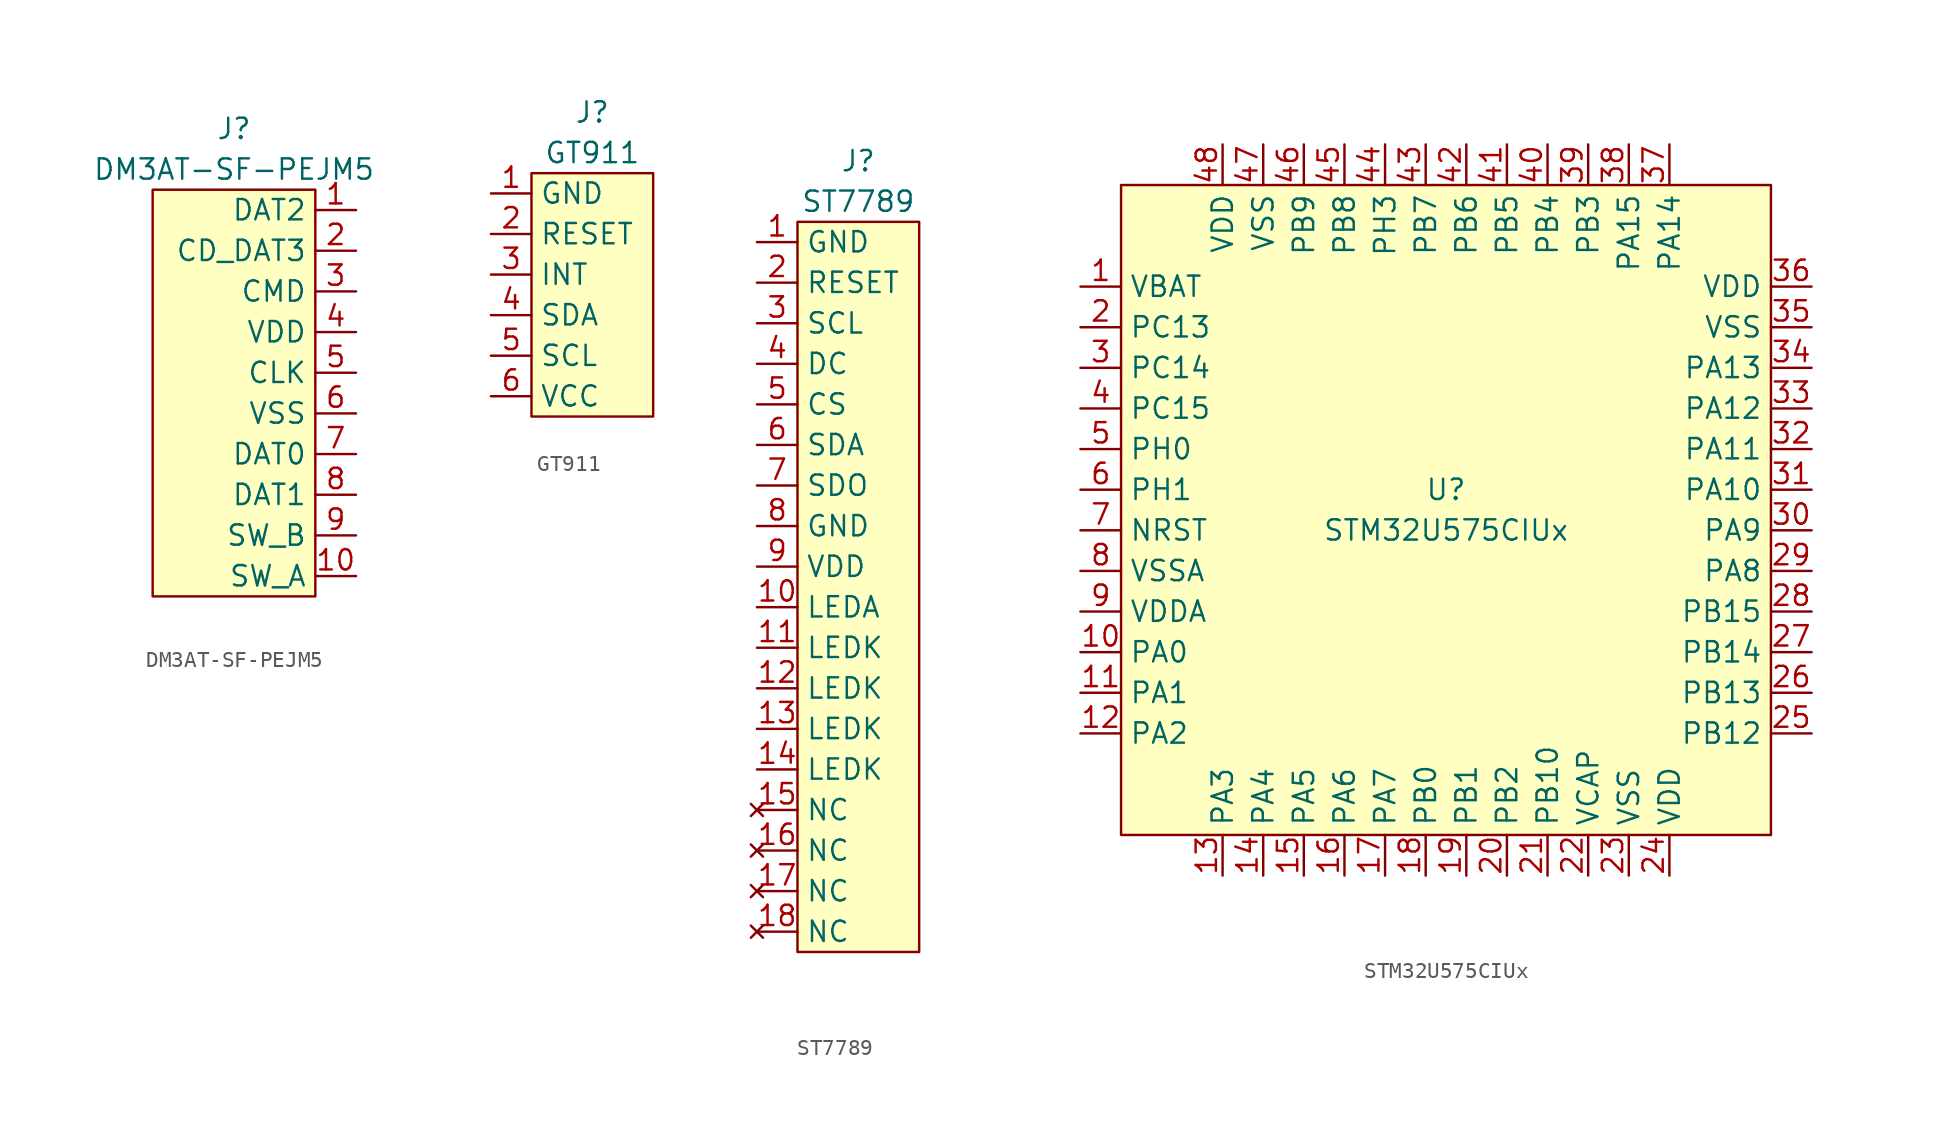
<source format=kicad_sym>
(kicad_symbol_lib
  (version 20220914)
  (generator kicad_symbol_editor)
  (symbol "DM3AT-SF-PEJM5"
    (property "Reference" "J"
      (at 0 16.51 0)
      (effects (font (size 1.27 1.27))))
    (property "Value" "DM3AT-SF-PEJM5"
      (at 0 13.97 0)
      (effects (font (size 1.27 1.27))))
    (symbol "DM3AT-SF-PEJM5_0_0"
      (pin passive line (at 7.62 11.43 180) (length 2.54) (name "DAT2" (effects (font (size 1.27 1.27)))) (number "1" (effects (font (size 1.27 1.27)))))
      (pin passive line (at 7.62 -11.43 180) (length 2.54) (name "SW_A" (effects (font (size 1.27 1.27)))) (number "10" (effects (font (size 1.27 1.27)))))
      (pin passive line (at 7.62 8.89 180) (length 2.54) (name "CD_DAT3" (effects (font (size 1.27 1.27)))) (number "2" (effects (font (size 1.27 1.27)))))
      (pin passive line (at 7.62 6.35 180) (length 2.54) (name "CMD" (effects (font (size 1.27 1.27)))) (number "3" (effects (font (size 1.27 1.27)))))
      (pin power_in line (at 7.62 3.81 180) (length 2.54) (name "VDD" (effects (font (size 1.27 1.27)))) (number "4" (effects (font (size 1.27 1.27)))))
      (pin passive line (at 7.62 1.27 180) (length 2.54) (name "CLK" (effects (font (size 1.27 1.27)))) (number "5" (effects (font (size 1.27 1.27)))))
      (pin power_in line (at 7.62 -1.27 180) (length 2.54) (name "VSS" (effects (font (size 1.27 1.27)))) (number "6" (effects (font (size 1.27 1.27)))))
      (pin passive line (at 7.62 -3.81 180) (length 2.54) (name "DAT0" (effects (font (size 1.27 1.27)))) (number "7" (effects (font (size 1.27 1.27)))))
      (pin passive line (at 7.62 -6.35 180) (length 2.54) (name "DAT1" (effects (font (size 1.27 1.27)))) (number "8" (effects (font (size 1.27 1.27)))))
      (pin passive line (at 7.62 -8.89 180) (length 2.54) (name "SW_B" (effects (font (size 1.27 1.27)))) (number "9" (effects (font (size 1.27 1.27))))))
    (symbol "DM3AT-SF-PEJM5_0_1"
      (rectangle (start 5.08 12.7) (end -5.08 -12.7) (stroke (width 0) (type default)) (fill (type background)))))
  (symbol "GT911"
    (property "Reference" "J"
      (at 0 11.43 0)
      (effects (font (size 1.27 1.27))))
    (property "Value" "GT911"
      (at 0 8.89 0)
      (effects (font (size 1.27 1.27))))
    (symbol "GT911_0_0"
      (pin power_in line (at -6.35 6.35 0) (length 2.54) (name "GND" (effects (font (size 1.27 1.27)))) (number "1" (effects (font (size 1.27 1.27)))))
      (pin passive line (at -6.35 3.81 0) (length 2.54) (name "RESET" (effects (font (size 1.27 1.27)))) (number "2" (effects (font (size 1.27 1.27)))))
      (pin passive line (at -6.35 1.27 0) (length 2.54) (name "INT" (effects (font (size 1.27 1.27)))) (number "3" (effects (font (size 1.27 1.27)))))
      (pin passive line (at -6.35 -1.27 0) (length 2.54) (name "SDA" (effects (font (size 1.27 1.27)))) (number "4" (effects (font (size 1.27 1.27)))))
      (pin passive line (at -6.35 -3.81 0) (length 2.54) (name "SCL" (effects (font (size 1.27 1.27)))) (number "5" (effects (font (size 1.27 1.27)))))
      (pin power_in line (at -6.35 -6.35 0) (length 2.54) (name "VCC" (effects (font (size 1.27 1.27)))) (number "6" (effects (font (size 1.27 1.27))))))
    (symbol "GT911_0_1"
      (rectangle (start -3.81 7.62) (end 3.81 -7.62) (stroke (width 0) (type default)) (fill (type background)))))
  (symbol "ST7789"
    (property "Reference" "J"
      (at 0 26.67 0)
      (effects (font (size 1.27 1.27))))
    (property "Value" "ST7789"
      (at 0 24.13 0)
      (effects (font (size 1.27 1.27))))
    (symbol "ST7789_0_0"
      (pin power_in line (at -6.35 21.59 0) (length 2.54) (name "GND" (effects (font (size 1.27 1.27)))) (number "1" (effects (font (size 1.27 1.27)))))
      (pin passive line (at -6.35 -1.27 0) (length 2.54) (name "LEDA" (effects (font (size 1.27 1.27)))) (number "10" (effects (font (size 1.27 1.27)))))
      (pin passive line (at -6.35 -3.81 0) (length 2.54) (name "LEDK" (effects (font (size 1.27 1.27)))) (number "11" (effects (font (size 1.27 1.27)))))
      (pin passive line (at -6.35 -6.35 0) (length 2.54) (name "LEDK" (effects (font (size 1.27 1.27)))) (number "12" (effects (font (size 1.27 1.27)))))
      (pin passive line (at -6.35 -8.89 0) (length 2.54) (name "LEDK" (effects (font (size 1.27 1.27)))) (number "13" (effects (font (size 1.27 1.27)))))
      (pin passive line (at -6.35 -11.43 0) (length 2.54) (name "LEDK" (effects (font (size 1.27 1.27)))) (number "14" (effects (font (size 1.27 1.27)))))
      (pin no_connect line (at -6.35 -13.97 0) (length 2.54) (name "NC" (effects (font (size 1.27 1.27)))) (number "15" (effects (font (size 1.27 1.27)))))
      (pin no_connect line (at -6.35 -16.51 0) (length 2.54) (name "NC" (effects (font (size 1.27 1.27)))) (number "16" (effects (font (size 1.27 1.27)))))
      (pin no_connect line (at -6.35 -19.05 0) (length 2.54) (name "NC" (effects (font (size 1.27 1.27)))) (number "17" (effects (font (size 1.27 1.27)))))
      (pin no_connect line (at -6.35 -21.59 0) (length 2.54) (name "NC" (effects (font (size 1.27 1.27)))) (number "18" (effects (font (size 1.27 1.27)))))
      (pin passive line (at -6.35 19.05 0) (length 2.54) (name "RESET" (effects (font (size 1.27 1.27)))) (number "2" (effects (font (size 1.27 1.27)))))
      (pin passive line (at -6.35 16.51 0) (length 2.54) (name "SCL" (effects (font (size 1.27 1.27)))) (number "3" (effects (font (size 1.27 1.27)))))
      (pin passive line (at -6.35 13.97 0) (length 2.54) (name "DC" (effects (font (size 1.27 1.27)))) (number "4" (effects (font (size 1.27 1.27)))))
      (pin passive line (at -6.35 11.43 0) (length 2.54) (name "CS" (effects (font (size 1.27 1.27)))) (number "5" (effects (font (size 1.27 1.27)))))
      (pin passive line (at -6.35 8.89 0) (length 2.54) (name "SDA" (effects (font (size 1.27 1.27)))) (number "6" (effects (font (size 1.27 1.27)))))
      (pin passive line (at -6.35 6.35 0) (length 2.54) (name "SDO" (effects (font (size 1.27 1.27)))) (number "7" (effects (font (size 1.27 1.27)))))
      (pin power_in line (at -6.35 3.81 0) (length 2.54) (name "GND" (effects (font (size 1.27 1.27)))) (number "8" (effects (font (size 1.27 1.27)))))
      (pin power_in line (at -6.35 1.27 0) (length 2.54) (name "VDD" (effects (font (size 1.27 1.27)))) (number "9" (effects (font (size 1.27 1.27))))))
    (symbol "ST7789_0_1"
      (rectangle (start -3.81 22.86) (end 3.81 -22.86) (stroke (width 0) (type default)) (fill (type background)))))
  (symbol "STM32U575CIUx"
    (property "Reference" "U"
      (at 0 1.27 0)
      (effects (font (size 1.27 1.27))))
    (property "Value" "STM32U575CIUx"
      (at 0 -1.27 0)
      (effects (font (size 1.27 1.27))))
    (symbol "STM32U575CIUx_0_0"
      (pin power_in line (at -22.86 13.97 0) (length 2.54) (name "VBAT" (effects (font (size 1.27 1.27)))) (number "1" (effects (font (size 1.27 1.27)))))
      (pin passive line (at -22.86 -8.89 0) (length 2.54) (name "PA0" (effects (font (size 1.27 1.27)))) (number "10" (effects (font (size 1.27 1.27)))))
      (pin passive line (at -22.86 -11.43 0) (length 2.54) (name "PA1" (effects (font (size 1.27 1.27)))) (number "11" (effects (font (size 1.27 1.27)))))
      (pin passive line (at -22.86 -13.97 0) (length 2.54) (name "PA2" (effects (font (size 1.27 1.27)))) (number "12" (effects (font (size 1.27 1.27)))))
      (pin passive line (at -13.97 -22.86 90) (length 2.54) (name "PA3" (effects (font (size 1.27 1.27)))) (number "13" (effects (font (size 1.27 1.27)))))
      (pin passive line (at -11.43 -22.86 90) (length 2.54) (name "PA4" (effects (font (size 1.27 1.27)))) (number "14" (effects (font (size 1.27 1.27)))))
      (pin passive line (at -8.89 -22.86 90) (length 2.54) (name "PA5" (effects (font (size 1.27 1.27)))) (number "15" (effects (font (size 1.27 1.27)))))
      (pin passive line (at -6.35 -22.86 90) (length 2.54) (name "PA6" (effects (font (size 1.27 1.27)))) (number "16" (effects (font (size 1.27 1.27)))))
      (pin passive line (at -3.81 -22.86 90) (length 2.54) (name "PA7" (effects (font (size 1.27 1.27)))) (number "17" (effects (font (size 1.27 1.27)))))
      (pin passive line (at -1.27 -22.86 90) (length 2.54) (name "PB0" (effects (font (size 1.27 1.27)))) (number "18" (effects (font (size 1.27 1.27)))))
      (pin passive line (at 1.27 -22.86 90) (length 2.54) (name "PB1" (effects (font (size 1.27 1.27)))) (number "19" (effects (font (size 1.27 1.27)))))
      (pin passive line (at -22.86 11.43 0) (length 2.54) (name "PC13" (effects (font (size 1.27 1.27)))) (number "2" (effects (font (size 1.27 1.27)))))
      (pin passive line (at 3.81 -22.86 90) (length 2.54) (name "PB2" (effects (font (size 1.27 1.27)))) (number "20" (effects (font (size 1.27 1.27)))))
      (pin passive line (at 6.35 -22.86 90) (length 2.54) (name "PB10" (effects (font (size 1.27 1.27)))) (number "21" (effects (font (size 1.27 1.27)))))
      (pin passive line (at 8.89 -22.86 90) (length 2.54) (name "VCAP" (effects (font (size 1.27 1.27)))) (number "22" (effects (font (size 1.27 1.27)))))
      (pin power_in line (at 11.43 -22.86 90) (length 2.54) (name "VSS" (effects (font (size 1.27 1.27)))) (number "23" (effects (font (size 1.27 1.27)))))
      (pin power_in line (at 13.97 -22.86 90) (length 2.54) (name "VDD" (effects (font (size 1.27 1.27)))) (number "24" (effects (font (size 1.27 1.27)))))
      (pin passive line (at 22.86 -13.97 180) (length 2.54) (name "PB12" (effects (font (size 1.27 1.27)))) (number "25" (effects (font (size 1.27 1.27)))))
      (pin passive line (at 22.86 -11.43 180) (length 2.54) (name "PB13" (effects (font (size 1.27 1.27)))) (number "26" (effects (font (size 1.27 1.27)))))
      (pin passive line (at 22.86 -8.89 180) (length 2.54) (name "PB14" (effects (font (size 1.27 1.27)))) (number "27" (effects (font (size 1.27 1.27)))))
      (pin passive line (at 22.86 -6.35 180) (length 2.54) (name "PB15" (effects (font (size 1.27 1.27)))) (number "28" (effects (font (size 1.27 1.27)))))
      (pin passive line (at 22.86 -3.81 180) (length 2.54) (name "PA8" (effects (font (size 1.27 1.27)))) (number "29" (effects (font (size 1.27 1.27)))))
      (pin passive line (at -22.86 8.89 0) (length 2.54) (name "PC14" (effects (font (size 1.27 1.27)))) (number "3" (effects (font (size 1.27 1.27)))))
      (pin passive line (at 22.86 -1.27 180) (length 2.54) (name "PA9" (effects (font (size 1.27 1.27)))) (number "30" (effects (font (size 1.27 1.27)))))
      (pin passive line (at 22.86 1.27 180) (length 2.54) (name "PA10" (effects (font (size 1.27 1.27)))) (number "31" (effects (font (size 1.27 1.27)))))
      (pin passive line (at 22.86 3.81 180) (length 2.54) (name "PA11" (effects (font (size 1.27 1.27)))) (number "32" (effects (font (size 1.27 1.27)))))
      (pin passive line (at 22.86 6.35 180) (length 2.54) (name "PA12" (effects (font (size 1.27 1.27)))) (number "33" (effects (font (size 1.27 1.27)))))
      (pin passive line (at 22.86 8.89 180) (length 2.54) (name "PA13" (effects (font (size 1.27 1.27)))) (number "34" (effects (font (size 1.27 1.27)))))
      (pin power_in line (at 22.86 11.43 180) (length 2.54) (name "VSS" (effects (font (size 1.27 1.27)))) (number "35" (effects (font (size 1.27 1.27)))))
      (pin power_in line (at 22.86 13.97 180) (length 2.54) (name "VDD" (effects (font (size 1.27 1.27)))) (number "36" (effects (font (size 1.27 1.27)))))
      (pin passive line (at 13.97 22.86 270) (length 2.54) (name "PA14" (effects (font (size 1.27 1.27)))) (number "37" (effects (font (size 1.27 1.27)))))
      (pin passive line (at 11.43 22.86 270) (length 2.54) (name "PA15" (effects (font (size 1.27 1.27)))) (number "38" (effects (font (size 1.27 1.27)))))
      (pin passive line (at 8.89 22.86 270) (length 2.54) (name "PB3" (effects (font (size 1.27 1.27)))) (number "39" (effects (font (size 1.27 1.27)))))
      (pin passive line (at -22.86 6.35 0) (length 2.54) (name "PC15" (effects (font (size 1.27 1.27)))) (number "4" (effects (font (size 1.27 1.27)))))
      (pin passive line (at 6.35 22.86 270) (length 2.54) (name "PB4" (effects (font (size 1.27 1.27)))) (number "40" (effects (font (size 1.27 1.27)))))
      (pin passive line (at 3.81 22.86 270) (length 2.54) (name "PB5" (effects (font (size 1.27 1.27)))) (number "41" (effects (font (size 1.27 1.27)))))
      (pin passive line (at 1.27 22.86 270) (length 2.54) (name "PB6" (effects (font (size 1.27 1.27)))) (number "42" (effects (font (size 1.27 1.27)))))
      (pin passive line (at -1.27 22.86 270) (length 2.54) (name "PB7" (effects (font (size 1.27 1.27)))) (number "43" (effects (font (size 1.27 1.27)))))
      (pin passive line (at -3.81 22.86 270) (length 2.54) (name "PH3" (effects (font (size 1.27 1.27)))) (number "44" (effects (font (size 1.27 1.27)))))
      (pin passive line (at -6.35 22.86 270) (length 2.54) (name "PB8" (effects (font (size 1.27 1.27)))) (number "45" (effects (font (size 1.27 1.27)))))
      (pin passive line (at -8.89 22.86 270) (length 2.54) (name "PB9" (effects (font (size 1.27 1.27)))) (number "46" (effects (font (size 1.27 1.27)))))
      (pin power_in line (at -11.43 22.86 270) (length 2.54) (name "VSS" (effects (font (size 1.27 1.27)))) (number "47" (effects (font (size 1.27 1.27)))))
      (pin power_in line (at -13.97 22.86 270) (length 2.54) (name "VDD" (effects (font (size 1.27 1.27)))) (number "48" (effects (font (size 1.27 1.27)))))
      (pin passive line (at -22.86 3.81 0) (length 2.54) (name "PH0" (effects (font (size 1.27 1.27)))) (number "5" (effects (font (size 1.27 1.27)))))
      (pin passive line (at -22.86 1.27 0) (length 2.54) (name "PH1" (effects (font (size 1.27 1.27)))) (number "6" (effects (font (size 1.27 1.27)))))
      (pin passive line (at -22.86 -1.27 0) (length 2.54) (name "NRST" (effects (font (size 1.27 1.27)))) (number "7" (effects (font (size 1.27 1.27)))))
      (pin power_in line (at -22.86 -3.81 0) (length 2.54) (name "VSSA" (effects (font (size 1.27 1.27)))) (number "8" (effects (font (size 1.27 1.27)))))
      (pin power_in line (at -22.86 -6.35 0) (length 2.54) (name "VDDA" (effects (font (size 1.27 1.27)))) (number "9" (effects (font (size 1.27 1.27))))))
    (symbol "STM32U575CIUx_0_1"
      (rectangle (start -20.32 20.32) (end 20.32 -20.32) (stroke (width 0) (type default)) (fill (type background))))))
</source>
